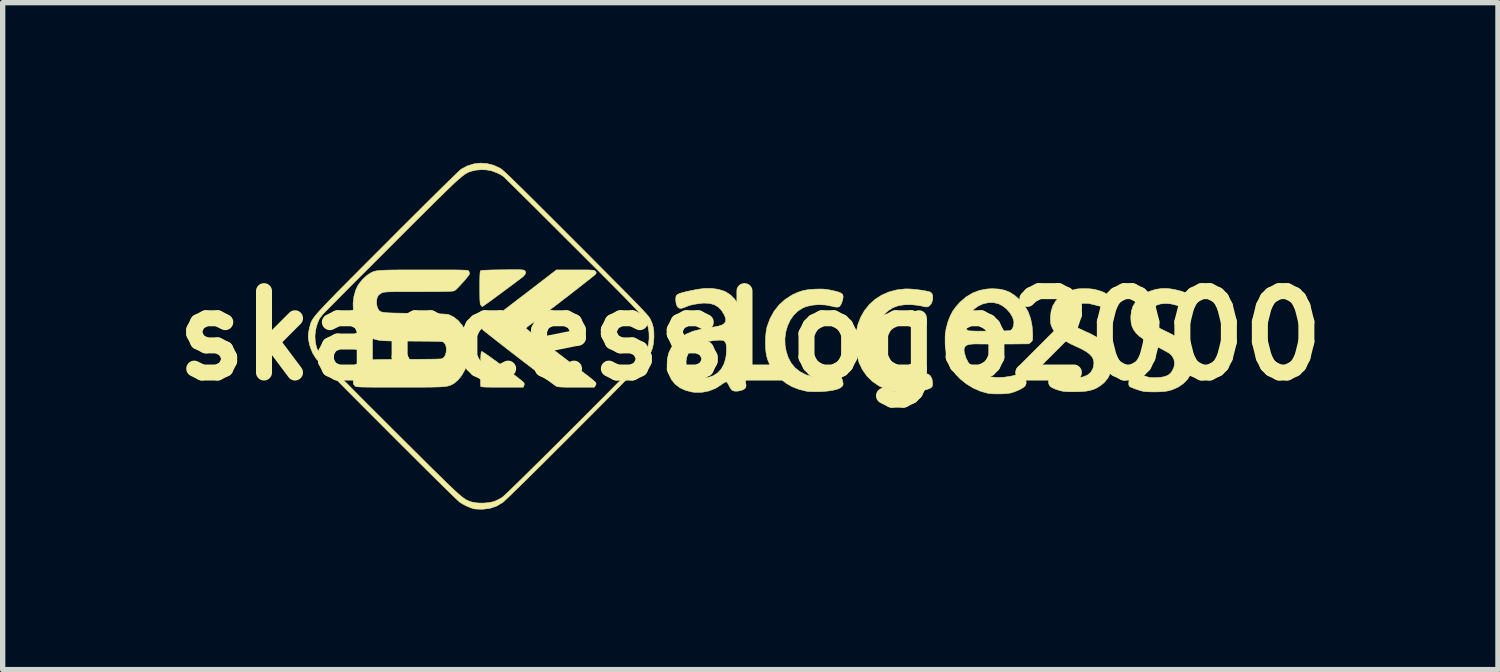
<source format=kicad_pcb>
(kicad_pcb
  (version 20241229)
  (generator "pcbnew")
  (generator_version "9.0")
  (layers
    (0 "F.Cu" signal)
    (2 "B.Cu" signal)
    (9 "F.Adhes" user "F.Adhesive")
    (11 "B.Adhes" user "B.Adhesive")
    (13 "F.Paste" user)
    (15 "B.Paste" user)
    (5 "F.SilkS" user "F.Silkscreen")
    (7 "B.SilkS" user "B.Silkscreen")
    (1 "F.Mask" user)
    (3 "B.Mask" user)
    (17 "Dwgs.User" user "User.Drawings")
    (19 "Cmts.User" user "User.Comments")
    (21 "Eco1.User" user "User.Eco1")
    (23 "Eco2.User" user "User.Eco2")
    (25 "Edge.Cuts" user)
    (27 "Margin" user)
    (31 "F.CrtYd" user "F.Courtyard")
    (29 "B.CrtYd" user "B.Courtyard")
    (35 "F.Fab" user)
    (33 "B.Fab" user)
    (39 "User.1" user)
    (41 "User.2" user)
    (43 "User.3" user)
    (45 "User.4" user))
  (footprint "skaccessLogo2000"
    (layer "F.Cu")
    (at 11.002 3.237)
    (property "Reference" "skaccessLogo2000" (at 0 0 0) (layer "F.SilkS") (effects (font (size 1.524 1.524) (thickness 0.3))))
    (attr through_hole)
    (fp_poly (pts (xy -5.015 0.302) (xy -4.984 0.322) (xy -4.938 0.353) (xy -4.88 0.394) (xy -4.813 0.442) (xy -4.739 0.496) (xy -4.662 0.553) (xy -4.584 0.611) (xy -4.507 0.669) (xy -4.435 0.724) (xy -4.37 0.774) (xy -4.315 0.817) (xy -4.273 0.851) (xy -4.246 0.874) (xy -4.238 0.883) (xy -4.234 0.915) (xy -4.24 0.935) (xy -4.254 0.965) (xy -4.648 0.965) (xy -4.764 0.965) (xy -4.857 0.964) (xy -4.929 0.963) (xy -4.982 0.961) (xy -5.018 0.958) (xy -5.039 0.955) (xy -5.048 0.95) (xy -5.049 0.949) (xy -5.05 0.932) (xy -5.052 0.894) (xy -5.052 0.837) (xy -5.053 0.766) (xy -5.052 0.684) (xy -5.052 0.616) (xy -5.05 0.517) (xy -5.049 0.44) (xy -5.047 0.383) (xy -5.044 0.343) (xy -5.041 0.317) (xy -5.037 0.302) (xy -5.031 0.296) (xy -5.029 0.295) (xy -5.015 0.302)) (stroke (width 0.01) (type solid)) (fill yes) (layer "F.SilkS"))
    (fp_poly (pts (xy -4.369 -1.236) (xy -4.317 -1.235) (xy -4.279 -1.233) (xy -4.253 -1.23) (xy -4.237 -1.226) (xy -4.226 -1.221) (xy -4.222 -1.217) (xy -4.206 -1.187) (xy -4.216 -1.152) (xy -4.25 -1.112) (xy -4.276 -1.091) (xy -4.38 -1.013) (xy -4.482 -0.936) (xy -4.581 -0.863) (xy -4.675 -0.793) (xy -4.762 -0.729) (xy -4.839 -0.672) (xy -4.905 -0.624) (xy -4.958 -0.587) (xy -4.995 -0.56) (xy -5.015 -0.547) (xy -5.017 -0.546) (xy -5.032 -0.555) (xy -5.048 -0.574) (xy -5.054 -0.587) (xy -5.059 -0.607) (xy -5.062 -0.637) (xy -5.065 -0.68) (xy -5.066 -0.74) (xy -5.067 -0.82) (xy -5.067 -0.903) (xy -5.067 -1.004) (xy -5.066 -1.083) (xy -5.064 -1.141) (xy -5.061 -1.181) (xy -5.057 -1.205) (xy -5.051 -1.217) (xy -5.051 -1.217) (xy -5.033 -1.221) (xy -4.99 -1.225) (xy -4.924 -1.228) (xy -4.835 -1.231) (xy -4.723 -1.233) (xy -4.639 -1.234) (xy -4.527 -1.235) (xy -4.438 -1.236) (xy -4.369 -1.236)) (stroke (width 0.01) (type solid)) (fill yes) (layer "F.SilkS"))
    (fp_poly (pts (xy 2.997 -0.874) (xy 3.063 -0.869) (xy 3.135 -0.861) (xy 3.207 -0.851) (xy 3.274 -0.84) (xy 3.329 -0.828) (xy 3.367 -0.818) (xy 3.376 -0.814) (xy 3.403 -0.787) (xy 3.416 -0.745) (xy 3.417 -0.695) (xy 3.406 -0.643) (xy 3.385 -0.596) (xy 3.355 -0.56) (xy 3.337 -0.549) (xy 3.313 -0.54) (xy 3.287 -0.539) (xy 3.249 -0.546) (xy 3.223 -0.553) (xy 3.174 -0.563) (xy 3.111 -0.572) (xy 3.043 -0.579) (xy 3.01 -0.581) (xy 2.881 -0.579) (xy 2.769 -0.561) (xy 2.671 -0.525) (xy 2.584 -0.47) (xy 2.527 -0.419) (xy 2.451 -0.325) (xy 2.391 -0.214) (xy 2.349 -0.092) (xy 2.327 0.036) (xy 2.324 0.103) (xy 2.335 0.233) (xy 2.367 0.354) (xy 2.419 0.465) (xy 2.487 0.562) (xy 2.57 0.645) (xy 2.667 0.709) (xy 2.776 0.753) (xy 2.819 0.763) (xy 2.893 0.772) (xy 2.981 0.772) (xy 3.074 0.764) (xy 3.163 0.749) (xy 3.211 0.737) (xy 3.264 0.722) (xy 3.3 0.716) (xy 3.325 0.718) (xy 3.334 0.722) (xy 3.374 0.754) (xy 3.401 0.807) (xy 3.412 0.866) (xy 3.414 0.911) (xy 3.408 0.945) (xy 3.389 0.97) (xy 3.354 0.991) (xy 3.301 1.009) (xy 3.238 1.025) (xy 3.138 1.044) (xy 3.03 1.056) (xy 2.921 1.062) (xy 2.818 1.062) (xy 2.728 1.054) (xy 2.688 1.047) (xy 2.537 1.001) (xy 2.402 0.936) (xy 2.283 0.853) (xy 2.182 0.753) (xy 2.1 0.636) (xy 2.037 0.505) (xy 1.994 0.36) (xy 1.971 0.201) (xy 1.968 0.114) (xy 1.98 -0.05) (xy 2.013 -0.203) (xy 2.067 -0.344) (xy 2.14 -0.472) (xy 2.231 -0.584) (xy 2.338 -0.681) (xy 2.46 -0.76) (xy 2.596 -0.819) (xy 2.744 -0.858) (xy 2.903 -0.876) (xy 2.943 -0.876) (xy 2.997 -0.874)) (stroke (width 0.01) (type solid)) (fill yes) (layer "F.SilkS"))
    (fp_poly (pts (xy 1.362 -0.873) (xy 1.421 -0.867) (xy 1.484 -0.857) (xy 1.511 -0.851) (xy 1.594 -0.833) (xy 1.654 -0.816) (xy 1.695 -0.799) (xy 1.721 -0.78) (xy 1.734 -0.757) (xy 1.738 -0.739) (xy 1.735 -0.697) (xy 1.721 -0.644) (xy 1.702 -0.594) (xy 1.679 -0.556) (xy 1.679 -0.556) (xy 1.656 -0.539) (xy 1.621 -0.535) (xy 1.571 -0.541) (xy 1.524 -0.553) (xy 1.405 -0.576) (xy 1.281 -0.582) (xy 1.161 -0.572) (xy 1.05 -0.547) (xy 0.983 -0.52) (xy 0.892 -0.463) (xy 0.813 -0.386) (xy 0.748 -0.293) (xy 0.698 -0.187) (xy 0.664 -0.071) (xy 0.648 0.051) (xy 0.651 0.177) (xy 0.672 0.295) (xy 0.712 0.415) (xy 0.767 0.516) (xy 0.837 0.601) (xy 0.927 0.672) (xy 0.932 0.675) (xy 1.042 0.732) (xy 1.16 0.765) (xy 1.286 0.774) (xy 1.422 0.76) (xy 1.471 0.749) (xy 1.525 0.737) (xy 1.575 0.728) (xy 1.612 0.724) (xy 1.618 0.724) (xy 1.663 0.735) (xy 1.698 0.769) (xy 1.723 0.827) (xy 1.729 0.848) (xy 1.737 0.889) (xy 1.737 0.915) (xy 1.728 0.936) (xy 1.719 0.95) (xy 1.685 0.977) (xy 1.629 1.001) (xy 1.553 1.021) (xy 1.459 1.036) (xy 1.352 1.045) (xy 1.295 1.048) (xy 1.226 1.049) (xy 1.159 1.048) (xy 1.103 1.046) (xy 1.065 1.042) (xy 1.062 1.042) (xy 0.915 1.006) (xy 0.785 0.956) (xy 0.669 0.889) (xy 0.562 0.803) (xy 0.533 0.775) (xy 0.447 0.678) (xy 0.382 0.579) (xy 0.333 0.47) (xy 0.309 0.394) (xy 0.295 0.323) (xy 0.287 0.235) (xy 0.284 0.138) (xy 0.286 0.038) (xy 0.294 -0.056) (xy 0.307 -0.137) (xy 0.314 -0.169) (xy 0.37 -0.32) (xy 0.445 -0.456) (xy 0.538 -0.575) (xy 0.649 -0.676) (xy 0.775 -0.758) (xy 0.806 -0.774) (xy 0.89 -0.812) (xy 0.967 -0.838) (xy 1.047 -0.856) (xy 1.137 -0.867) (xy 1.219 -0.872) (xy 1.298 -0.874) (xy 1.362 -0.873)) (stroke (width 0.01) (type solid)) (fill yes) (layer "F.SilkS"))
    (fp_poly (pts (xy -3.173 -1.232) (xy -3.092 -1.231) (xy -3.03 -1.231) (xy -2.984 -1.229) (xy -2.952 -1.227) (xy -2.93 -1.223) (xy -2.916 -1.218) (xy -2.907 -1.212) (xy -2.902 -1.207) (xy -2.887 -1.186) (xy -2.889 -1.168) (xy -2.899 -1.151) (xy -2.912 -1.14) (xy -2.943 -1.114) (xy -2.99 -1.076) (xy -3.051 -1.028) (xy -3.124 -0.971) (xy -3.207 -0.906) (xy -3.298 -0.835) (xy -3.394 -0.76) (xy -3.495 -0.683) (xy -3.597 -0.604) (xy -3.699 -0.526) (xy -3.798 -0.45) (xy -3.894 -0.378) (xy -3.982 -0.311) (xy -4.062 -0.251) (xy -4.132 -0.199) (xy -4.143 -0.191) (xy -4.175 -0.165) (xy -4.197 -0.146) (xy -4.204 -0.138) (xy -4.194 -0.129) (xy -4.165 -0.106) (xy -4.12 -0.07) (xy -4.059 -0.023) (xy -3.985 0.035) (xy -3.898 0.101) (xy -3.802 0.176) (xy -3.696 0.256) (xy -3.584 0.342) (xy -3.466 0.432) (xy -3.345 0.524) (xy -3.221 0.618) (xy -3.097 0.712) (xy -3.082 0.723) (xy -3.024 0.768) (xy -2.972 0.809) (xy -2.931 0.844) (xy -2.903 0.869) (xy -2.894 0.879) (xy -2.889 0.906) (xy -2.901 0.934) (xy -2.922 0.965) (xy -3.261 0.965) (xy -3.371 0.965) (xy -3.459 0.964) (xy -3.526 0.962) (xy -3.575 0.959) (xy -3.608 0.955) (xy -3.628 0.95) (xy -3.632 0.948) (xy -3.65 0.936) (xy -3.685 0.911) (xy -3.736 0.873) (xy -3.801 0.825) (xy -3.877 0.767) (xy -3.962 0.702) (xy -4.055 0.631) (xy -4.154 0.556) (xy -4.256 0.478) (xy -4.359 0.399) (xy -4.461 0.32) (xy -4.561 0.243) (xy -4.655 0.169) (xy -4.743 0.101) (xy -4.822 0.039) (xy -4.89 -0.015) (xy -4.946 -0.059) (xy -4.986 -0.091) (xy -5.009 -0.111) (xy -5.014 -0.115) (xy -5.02 -0.126) (xy -5.023 -0.136) (xy -5.019 -0.149) (xy -5.008 -0.164) (xy -4.987 -0.185) (xy -4.955 -0.214) (xy -4.909 -0.251) (xy -4.847 -0.299) (xy -4.768 -0.36) (xy -4.724 -0.393) (xy -4.653 -0.448) (xy -4.566 -0.514) (xy -4.467 -0.59) (xy -4.361 -0.672) (xy -4.252 -0.755) (xy -4.143 -0.838) (xy -4.047 -0.912) (xy -3.63 -1.232) (xy -3.277 -1.232) (xy -3.173 -1.232)) (stroke (width 0.01) (type solid)) (fill yes) (layer "F.SilkS"))
    (fp_poly (pts (xy 6.338 -0.879) (xy 6.4 -0.874) (xy 6.456 -0.864) (xy 6.517 -0.848) (xy 6.52 -0.847) (xy 6.591 -0.824) (xy 6.64 -0.801) (xy 6.671 -0.775) (xy 6.688 -0.744) (xy 6.693 -0.703) (xy 6.693 -0.698) (xy 6.685 -0.639) (xy 6.662 -0.591) (xy 6.628 -0.559) (xy 6.595 -0.549) (xy 6.565 -0.551) (xy 6.519 -0.559) (xy 6.466 -0.573) (xy 6.446 -0.579) (xy 6.336 -0.604) (xy 6.236 -0.607) (xy 6.144 -0.588) (xy 6.091 -0.567) (xy 6.038 -0.535) (xy 6.002 -0.5) (xy 5.979 -0.451) (xy 5.968 -0.414) (xy 5.96 -0.37) (xy 5.963 -0.334) (xy 5.975 -0.298) (xy 5.997 -0.255) (xy 6.03 -0.216) (xy 6.078 -0.178) (xy 6.143 -0.141) (xy 6.229 -0.1) (xy 6.251 -0.09) (xy 6.388 -0.027) (xy 6.501 0.036) (xy 6.593 0.101) (xy 6.665 0.168) (xy 6.719 0.239) (xy 6.741 0.279) (xy 6.76 0.323) (xy 6.771 0.367) (xy 6.778 0.422) (xy 6.78 0.46) (xy 6.774 0.583) (xy 6.746 0.694) (xy 6.697 0.793) (xy 6.628 0.878) (xy 6.555 0.936) (xy 6.493 0.975) (xy 6.431 1.004) (xy 6.365 1.024) (xy 6.29 1.038) (xy 6.2 1.046) (xy 6.109 1.049) (xy 6.036 1.049) (xy 5.967 1.049) (xy 5.908 1.046) (xy 5.867 1.043) (xy 5.856 1.041) (xy 5.783 1.023) (xy 5.715 1.001) (xy 5.66 0.977) (xy 5.621 0.953) (xy 5.614 0.946) (xy 5.59 0.904) (xy 5.585 0.852) (xy 5.598 0.795) (xy 5.629 0.742) (xy 5.636 0.733) (xy 5.668 0.716) (xy 5.717 0.712) (xy 5.78 0.724) (xy 5.841 0.745) (xy 5.926 0.77) (xy 6.023 0.784) (xy 6.121 0.786) (xy 6.211 0.776) (xy 6.243 0.769) (xy 6.32 0.735) (xy 6.377 0.685) (xy 6.415 0.619) (xy 6.427 0.578) (xy 6.436 0.512) (xy 6.428 0.452) (xy 6.402 0.398) (xy 6.357 0.347) (xy 6.291 0.298) (xy 6.203 0.248) (xy 6.121 0.21) (xy 5.997 0.152) (xy 5.896 0.096) (xy 5.813 0.041) (xy 5.748 -0.015) (xy 5.697 -0.075) (xy 5.658 -0.141) (xy 5.653 -0.152) (xy 5.636 -0.191) (xy 5.626 -0.228) (xy 5.622 -0.271) (xy 5.621 -0.329) (xy 5.621 -0.337) (xy 5.633 -0.455) (xy 5.666 -0.56) (xy 5.721 -0.652) (xy 5.797 -0.73) (xy 5.895 -0.795) (xy 6.015 -0.847) (xy 6.015 -0.847) (xy 6.064 -0.862) (xy 6.107 -0.873) (xy 6.151 -0.878) (xy 6.207 -0.88) (xy 6.261 -0.881) (xy 6.338 -0.879)) (stroke (width 0.01) (type solid)) (fill yes) (layer "F.SilkS"))
    (fp_poly (pts (xy 7.804 -0.884) (xy 7.876 -0.876) (xy 7.953 -0.862) (xy 8.027 -0.845) (xy 8.092 -0.826) (xy 8.139 -0.808) (xy 8.139 -0.807) (xy 8.177 -0.775) (xy 8.196 -0.727) (xy 8.196 -0.668) (xy 8.191 -0.645) (xy 8.173 -0.596) (xy 8.15 -0.564) (xy 8.116 -0.549) (xy 8.069 -0.549) (xy 8.005 -0.563) (xy 7.967 -0.574) (xy 7.866 -0.598) (xy 7.766 -0.604) (xy 7.674 -0.593) (xy 7.606 -0.57) (xy 7.543 -0.534) (xy 7.503 -0.491) (xy 7.481 -0.438) (xy 7.474 -0.369) (xy 7.474 -0.368) (xy 7.475 -0.325) (xy 7.481 -0.289) (xy 7.493 -0.259) (xy 7.516 -0.231) (xy 7.55 -0.203) (xy 7.6 -0.173) (xy 7.667 -0.138) (xy 7.755 -0.095) (xy 7.758 -0.093) (xy 7.876 -0.035) (xy 7.972 0.018) (xy 8.051 0.067) (xy 8.114 0.114) (xy 8.166 0.162) (xy 8.208 0.213) (xy 8.244 0.269) (xy 8.257 0.292) (xy 8.27 0.32) (xy 8.279 0.348) (xy 8.284 0.383) (xy 8.286 0.429) (xy 8.287 0.495) (xy 8.287 0.496) (xy 8.286 0.56) (xy 8.284 0.606) (xy 8.279 0.641) (xy 8.27 0.672) (xy 8.255 0.705) (xy 8.246 0.725) (xy 8.185 0.82) (xy 8.105 0.9) (xy 8.007 0.966) (xy 7.894 1.014) (xy 7.816 1.035) (xy 7.761 1.043) (xy 7.69 1.049) (xy 7.609 1.052) (xy 7.527 1.052) (xy 7.449 1.05) (xy 7.385 1.045) (xy 7.357 1.041) (xy 7.316 1.031) (xy 7.265 1.015) (xy 7.212 0.997) (xy 7.162 0.978) (xy 7.123 0.962) (xy 7.103 0.95) (xy 7.089 0.924) (xy 7.087 0.883) (xy 7.096 0.835) (xy 7.113 0.787) (xy 7.136 0.745) (xy 7.155 0.725) (xy 7.186 0.714) (xy 7.235 0.715) (xy 7.299 0.727) (xy 7.375 0.75) (xy 7.391 0.756) (xy 7.439 0.772) (xy 7.478 0.782) (xy 7.518 0.786) (xy 7.568 0.786) (xy 7.615 0.785) (xy 7.706 0.777) (xy 7.777 0.761) (xy 7.832 0.735) (xy 7.875 0.697) (xy 7.9 0.663) (xy 7.935 0.589) (xy 7.946 0.515) (xy 7.934 0.444) (xy 7.9 0.381) (xy 7.863 0.342) (xy 7.837 0.324) (xy 7.792 0.297) (xy 7.733 0.265) (xy 7.667 0.23) (xy 7.614 0.204) (xy 7.484 0.138) (xy 7.378 0.075) (xy 7.293 0.015) (xy 7.228 -0.046) (xy 7.18 -0.11) (xy 7.148 -0.178) (xy 7.131 -0.252) (xy 7.126 -0.335) (xy 7.127 -0.367) (xy 7.139 -0.467) (xy 7.167 -0.553) (xy 7.215 -0.63) (xy 7.273 -0.697) (xy 7.367 -0.773) (xy 7.475 -0.83) (xy 7.594 -0.868) (xy 7.719 -0.885) (xy 7.804 -0.884)) (stroke (width 0.01) (type solid)) (fill yes) (layer "F.SilkS"))
    (fp_poly (pts (xy 4.658 -0.873) (xy 4.765 -0.851) (xy 4.862 -0.812) (xy 4.952 -0.753) (xy 5.043 -0.673) (xy 5.133 -0.568) (xy 5.202 -0.451) (xy 5.25 -0.32) (xy 5.278 -0.174) (xy 5.287 -0.047) (xy 5.288 0.014) (xy 5.287 0.055) (xy 5.284 0.081) (xy 5.277 0.098) (xy 5.265 0.112) (xy 5.254 0.122) (xy 5.218 0.152) (xy 4.828 0.156) (xy 4.722 0.156) (xy 4.615 0.157) (xy 4.513 0.157) (xy 4.421 0.156) (xy 4.343 0.156) (xy 4.285 0.155) (xy 4.279 0.154) (xy 4.183 0.155) (xy 4.109 0.161) (xy 4.057 0.176) (xy 4.023 0.2) (xy 4.006 0.234) (xy 4.003 0.28) (xy 4.01 0.324) (xy 4.04 0.421) (xy 4.089 0.514) (xy 4.151 0.598) (xy 4.223 0.666) (xy 4.277 0.702) (xy 4.378 0.744) (xy 4.495 0.771) (xy 4.623 0.783) (xy 4.756 0.778) (xy 4.89 0.757) (xy 4.975 0.735) (xy 5.035 0.72) (xy 5.077 0.72) (xy 5.109 0.736) (xy 5.134 0.77) (xy 5.144 0.791) (xy 5.164 0.851) (xy 5.165 0.899) (xy 5.147 0.939) (xy 5.145 0.942) (xy 5.115 0.968) (xy 5.067 0.997) (xy 5.007 1.026) (xy 4.943 1.052) (xy 4.88 1.072) (xy 4.874 1.073) (xy 4.821 1.081) (xy 4.752 1.087) (xy 4.674 1.09) (xy 4.594 1.09) (xy 4.521 1.087) (xy 4.463 1.081) (xy 4.451 1.079) (xy 4.311 1.04) (xy 4.174 0.98) (xy 4.046 0.902) (xy 3.932 0.81) (xy 3.855 0.728) (xy 3.775 0.614) (xy 3.715 0.489) (xy 3.675 0.35) (xy 3.652 0.196) (xy 3.649 0.152) (xy 3.649 0.01) (xy 3.665 -0.122) (xy 3.695 -0.236) (xy 4.019 -0.236) (xy 4.019 -0.178) (xy 4.037 -0.131) (xy 4.07 -0.1) (xy 4.09 -0.092) (xy 4.112 -0.09) (xy 4.156 -0.088) (xy 4.218 -0.086) (xy 4.295 -0.085) (xy 4.383 -0.085) (xy 4.478 -0.085) (xy 4.498 -0.086) (xy 4.606 -0.087) (xy 4.692 -0.088) (xy 4.758 -0.089) (xy 4.807 -0.092) (xy 4.842 -0.094) (xy 4.866 -0.098) (xy 4.881 -0.103) (xy 4.891 -0.109) (xy 4.892 -0.11) (xy 4.915 -0.144) (xy 4.931 -0.193) (xy 4.937 -0.246) (xy 4.934 -0.278) (xy 4.909 -0.353) (xy 4.864 -0.427) (xy 4.804 -0.496) (xy 4.734 -0.553) (xy 4.659 -0.594) (xy 4.651 -0.597) (xy 4.556 -0.62) (xy 4.457 -0.619) (xy 4.358 -0.597) (xy 4.265 -0.554) (xy 4.186 -0.495) (xy 4.132 -0.439) (xy 4.085 -0.376) (xy 4.047 -0.313) (xy 4.024 -0.257) (xy 4.019 -0.236) (xy 3.695 -0.236) (xy 3.7 -0.254) (xy 3.707 -0.276) (xy 3.747 -0.376) (xy 3.793 -0.462) (xy 3.851 -0.542) (xy 3.926 -0.626) (xy 3.931 -0.63) (xy 4.042 -0.726) (xy 4.164 -0.799) (xy 4.295 -0.849) (xy 4.437 -0.875) (xy 4.534 -0.88) (xy 4.658 -0.873)) (stroke (width 0.01) (type solid)) (fill yes) (layer "F.SilkS"))
    (fp_poly (pts (xy -0.719 -0.885) (xy -0.599 -0.868) (xy -0.492 -0.835) (xy -0.457 -0.819) (xy -0.369 -0.761) (xy -0.291 -0.682) (xy -0.225 -0.584) (xy -0.173 -0.472) (xy -0.146 -0.387) (xy -0.133 -0.323) (xy -0.123 -0.236) (xy -0.114 -0.125) (xy -0.108 0.01) (xy -0.104 0.169) (xy -0.102 0.354) (xy -0.102 0.436) (xy -0.101 0.563) (xy -0.1 0.672) (xy -0.097 0.76) (xy -0.094 0.828) (xy -0.09 0.872) (xy -0.087 0.884) (xy -0.079 0.938) (xy -0.09 0.976) (xy -0.12 1.004) (xy -0.16 1.021) (xy -0.231 1.038) (xy -0.292 1.039) (xy -0.338 1.023) (xy -0.341 1.021) (xy -0.362 0.998) (xy -0.385 0.961) (xy -0.4 0.932) (xy -0.424 0.888) (xy -0.445 0.866) (xy -0.452 0.864) (xy -0.473 0.871) (xy -0.506 0.89) (xy -0.539 0.914) (xy -0.652 0.986) (xy -0.775 1.035) (xy -0.904 1.06) (xy -1.036 1.061) (xy -1.095 1.054) (xy -1.217 1.022) (xy -1.322 0.973) (xy -1.408 0.906) (xy -1.476 0.823) (xy -1.524 0.723) (xy -1.553 0.608) (xy -1.559 0.551) (xy -1.556 0.483) (xy -1.204 0.483) (xy -1.198 0.569) (xy -1.17 0.643) (xy -1.124 0.704) (xy -1.06 0.75) (xy -0.982 0.779) (xy -0.89 0.79) (xy -0.816 0.786) (xy -0.763 0.774) (xy -0.708 0.756) (xy -0.691 0.749) (xy -0.61 0.696) (xy -0.543 0.623) (xy -0.494 0.533) (xy -0.463 0.436) (xy -0.452 0.364) (xy -0.446 0.289) (xy -0.446 0.22) (xy -0.452 0.164) (xy -0.458 0.143) (xy -0.472 0.115) (xy -0.493 0.096) (xy -0.525 0.086) (xy -0.574 0.083) (xy -0.641 0.087) (xy -0.663 0.089) (xy -0.804 0.109) (xy -0.925 0.143) (xy -1.024 0.189) (xy -1.101 0.249) (xy -1.158 0.321) (xy -1.192 0.406) (xy -1.204 0.483) (xy -1.556 0.483) (xy -1.554 0.433) (xy -1.526 0.321) (xy -1.476 0.217) (xy -1.405 0.123) (xy -1.314 0.041) (xy -1.205 -0.028) (xy -1.079 -0.081) (xy -1.078 -0.081) (xy -1.03 -0.095) (xy -0.964 -0.111) (xy -0.888 -0.127) (xy -0.81 -0.142) (xy -0.781 -0.147) (xy -0.694 -0.161) (xy -0.628 -0.173) (xy -0.58 -0.184) (xy -0.545 -0.195) (xy -0.519 -0.207) (xy -0.498 -0.221) (xy -0.486 -0.232) (xy -0.464 -0.263) (xy -0.459 -0.302) (xy -0.472 -0.352) (xy -0.487 -0.388) (xy -0.538 -0.474) (xy -0.601 -0.538) (xy -0.677 -0.582) (xy -0.768 -0.606) (xy -0.874 -0.611) (xy -0.965 -0.601) (xy -1.037 -0.59) (xy -1.092 -0.579) (xy -1.136 -0.568) (xy -1.178 -0.553) (xy -1.224 -0.534) (xy -1.227 -0.533) (xy -1.284 -0.514) (xy -1.326 -0.514) (xy -1.357 -0.534) (xy -1.376 -0.564) (xy -1.39 -0.607) (xy -1.396 -0.66) (xy -1.396 -0.71) (xy -1.389 -0.742) (xy -1.378 -0.759) (xy -1.358 -0.775) (xy -1.325 -0.79) (xy -1.278 -0.805) (xy -1.214 -0.822) (xy -1.13 -0.84) (xy -1.025 -0.861) (xy -0.978 -0.87) (xy -0.847 -0.886) (xy -0.719 -0.885)) (stroke (width 0.01) (type solid)) (fill yes) (layer "F.SilkS"))
    (fp_poly (pts (xy -5.805 -1.232) (xy -5.685 -1.232) (xy -5.585 -1.231) (xy -5.503 -1.231) (xy -5.437 -1.23) (xy -5.385 -1.228) (xy -5.346 -1.227) (xy -5.318 -1.225) (xy -5.298 -1.222) (xy -5.285 -1.219) (xy -5.277 -1.215) (xy -5.273 -1.21) (xy -5.27 -1.206) (xy -5.26 -1.175) (xy -5.26 -1.156) (xy -5.27 -1.137) (xy -5.295 -1.104) (xy -5.329 -1.062) (xy -5.371 -1.014) (xy -5.415 -0.965) (xy -5.458 -0.919) (xy -5.496 -0.88) (xy -5.526 -0.853) (xy -5.54 -0.843) (xy -5.552 -0.839) (xy -5.572 -0.836) (xy -5.601 -0.833) (xy -5.643 -0.831) (xy -5.698 -0.829) (xy -5.77 -0.827) (xy -5.859 -0.826) (xy -5.969 -0.826) (xy -6.1 -0.825) (xy -6.213 -0.825) (xy -6.357 -0.825) (xy -6.479 -0.825) (xy -6.579 -0.824) (xy -6.661 -0.824) (xy -6.726 -0.823) (xy -6.777 -0.821) (xy -6.816 -0.819) (xy -6.846 -0.816) (xy -6.868 -0.813) (xy -6.885 -0.809) (xy -6.898 -0.804) (xy -6.905 -0.801) (xy -6.954 -0.768) (xy -6.98 -0.734) (xy -6.997 -0.681) (xy -7.001 -0.616) (xy -6.992 -0.552) (xy -6.979 -0.516) (xy -6.969 -0.496) (xy -6.959 -0.479) (xy -6.947 -0.465) (xy -6.931 -0.454) (xy -6.908 -0.445) (xy -6.876 -0.438) (xy -6.833 -0.432) (xy -6.776 -0.428) (xy -6.705 -0.425) (xy -6.616 -0.423) (xy -6.507 -0.421) (xy -6.376 -0.419) (xy -6.287 -0.418) (xy -6.121 -0.416) (xy -5.98 -0.413) (xy -5.864 -0.41) (xy -5.772 -0.407) (xy -5.707 -0.403) (xy -5.666 -0.399) (xy -5.654 -0.397) (xy -5.556 -0.35) (xy -5.471 -0.283) (xy -5.397 -0.196) (xy -5.338 -0.093) (xy -5.295 0.026) (xy -5.268 0.156) (xy -5.261 0.224) (xy -5.261 0.344) (xy -5.277 0.453) (xy -5.31 0.56) (xy -5.34 0.629) (xy -5.401 0.738) (xy -5.469 0.824) (xy -5.541 0.887) (xy -5.557 0.897) (xy -5.58 0.91) (xy -5.602 0.921) (xy -5.625 0.931) (xy -5.65 0.939) (xy -5.681 0.946) (xy -5.718 0.951) (xy -5.764 0.956) (xy -5.821 0.959) (xy -5.891 0.961) (xy -5.975 0.963) (xy -6.076 0.964) (xy -6.196 0.965) (xy -6.337 0.965) (xy -6.501 0.965) (xy -6.561 0.965) (xy -6.726 0.965) (xy -6.867 0.965) (xy -6.986 0.965) (xy -7.086 0.964) (xy -7.168 0.963) (xy -7.233 0.962) (xy -7.285 0.961) (xy -7.324 0.959) (xy -7.353 0.957) (xy -7.374 0.954) (xy -7.388 0.951) (xy -7.397 0.947) (xy -7.403 0.943) (xy -7.432 0.905) (xy -7.437 0.861) (xy -7.418 0.813) (xy -7.408 0.799) (xy -7.336 0.707) (xy -7.271 0.628) (xy -7.216 0.562) (xy -7.172 0.512) (xy -7.14 0.479) (xy -7.126 0.467) (xy -7.117 0.462) (xy -7.104 0.458) (xy -7.086 0.454) (xy -7.06 0.451) (xy -7.025 0.449) (xy -6.977 0.447) (xy -6.915 0.446) (xy -6.837 0.445) (xy -6.74 0.444) (xy -6.622 0.444) (xy -6.482 0.443) (xy -6.452 0.443) (xy -6.325 0.443) (xy -6.206 0.442) (xy -6.097 0.441) (xy -5.999 0.44) (xy -5.916 0.439) (xy -5.851 0.437) (xy -5.805 0.435) (xy -5.782 0.434) (xy -5.78 0.433) (xy -5.742 0.411) (xy -5.715 0.372) (xy -5.698 0.321) (xy -5.691 0.265) (xy -5.696 0.21) (xy -5.711 0.162) (xy -5.739 0.126) (xy -5.76 0.114) (xy -5.781 0.111) (xy -5.825 0.108) (xy -5.891 0.106) (xy -5.977 0.104) (xy -6.082 0.103) (xy -6.202 0.102) (xy -6.337 0.101) (xy -6.341 0.101) (xy -6.486 0.101) (xy -6.608 0.101) (xy -6.71 0.099) (xy -6.794 0.097) (xy -6.862 0.094) (xy -6.919 0.089) (xy -6.965 0.083) (xy -7.004 0.075) (xy -7.038 0.065) (xy -7.069 0.052) (xy -7.101 0.037) (xy -7.112 0.032) (xy -7.188 -0.018) (xy -7.261 -0.085) (xy -7.325 -0.163) (xy -7.372 -0.243) (xy -7.414 -0.358) (xy -7.436 -0.483) (xy -7.439 -0.611) (xy -7.423 -0.738) (xy -7.389 -0.856) (xy -7.351 -0.937) (xy -7.306 -1.001) (xy -7.248 -1.067) (xy -7.184 -1.125) (xy -7.128 -1.164) (xy -7.106 -1.177) (xy -7.084 -1.188) (xy -7.062 -1.198) (xy -7.037 -1.206) (xy -7.007 -1.213) (xy -6.97 -1.218) (xy -6.924 -1.222) (xy -6.867 -1.225) (xy -6.798 -1.228) (xy -6.714 -1.23) (xy -6.613 -1.231) (xy -6.493 -1.231) (xy -6.353 -1.232) (xy -6.191 -1.232) (xy -6.112 -1.232) (xy -5.947 -1.232) (xy -5.805 -1.232)) (stroke (width 0.01) (type solid)) (fill yes) (layer "F.SilkS"))
    (fp_poly (pts (xy -4.929 -3.223) (xy -4.804 -3.191) (xy -4.684 -3.135) (xy -4.676 -3.131) (xy -4.661 -3.119) (xy -4.636 -3.098) (xy -4.6 -3.066) (xy -4.554 -3.023) (xy -4.497 -2.969) (xy -4.427 -2.901) (xy -4.345 -2.821) (xy -4.25 -2.728) (xy -4.141 -2.62) (xy -4.017 -2.497) (xy -3.879 -2.359) (xy -3.725 -2.206) (xy -3.554 -2.035) (xy -3.367 -1.848) (xy -3.257 -1.738) (xy -3.074 -1.555) (xy -2.909 -1.389) (xy -2.76 -1.239) (xy -2.626 -1.104) (xy -2.507 -0.984) (xy -2.401 -0.878) (xy -2.308 -0.784) (xy -2.227 -0.701) (xy -2.157 -0.63) (xy -2.097 -0.568) (xy -2.047 -0.515) (xy -2.005 -0.471) (xy -1.97 -0.433) (xy -1.942 -0.402) (xy -1.92 -0.376) (xy -1.903 -0.355) (xy -1.89 -0.338) (xy -1.881 -0.323) (xy -1.873 -0.31) (xy -1.87 -0.303) (xy -1.838 -0.229) (xy -1.818 -0.158) (xy -1.807 -0.082) (xy -1.805 0.006) (xy -1.806 0.049) (xy -1.815 0.148) (xy -1.832 0.231) (xy -1.861 0.306) (xy -1.904 0.383) (xy -1.907 0.389) (xy -1.922 0.407) (xy -1.954 0.441) (xy -2.001 0.491) (xy -2.062 0.555) (xy -2.137 0.632) (xy -2.224 0.721) (xy -2.321 0.82) (xy -2.427 0.929) (xy -2.542 1.045) (xy -2.664 1.168) (xy -2.791 1.296) (xy -2.923 1.429) (xy -3.058 1.564) (xy -3.195 1.701) (xy -3.332 1.839) (xy -3.469 1.976) (xy -3.605 2.111) (xy -3.737 2.243) (xy -3.865 2.371) (xy -3.988 2.492) (xy -4.104 2.607) (xy -4.212 2.714) (xy -4.311 2.811) (xy -4.4 2.897) (xy -4.476 2.972) (xy -4.54 3.033) (xy -4.59 3.08) (xy -4.624 3.112) (xy -4.641 3.125) (xy -4.753 3.191) (xy -4.872 3.232) (xy -4.999 3.249) (xy -5.039 3.25) (xy -5.093 3.248) (xy -5.139 3.246) (xy -5.17 3.243) (xy -5.175 3.242) (xy -5.237 3.222) (xy -5.309 3.192) (xy -5.38 3.156) (xy -5.44 3.119) (xy -5.442 3.117) (xy -5.459 3.102) (xy -5.494 3.07) (xy -5.543 3.023) (xy -5.607 2.961) (xy -5.683 2.887) (xy -5.771 2.8) (xy -5.87 2.703) (xy -5.977 2.597) (xy -6.093 2.482) (xy -6.215 2.361) (xy -6.342 2.234) (xy -6.474 2.103) (xy -6.609 1.969) (xy -6.745 1.833) (xy -6.881 1.696) (xy -7.017 1.56) (xy -7.151 1.426) (xy -7.281 1.296) (xy -7.407 1.169) (xy -7.526 1.049) (xy -7.639 0.935) (xy -7.743 0.83) (xy -7.838 0.733) (xy -7.922 0.648) (xy -7.993 0.575) (xy -8.052 0.514) (xy -8.095 0.468) (xy -8.123 0.438) (xy -8.133 0.427) (xy -8.196 0.326) (xy -8.242 0.21) (xy -8.26 0.144) (xy -8.274 0.069) (xy -8.278 0.019) (xy -8.153 0.019) (xy -8.146 0.127) (xy -8.122 0.226) (xy -8.08 0.32) (xy -8.016 0.416) (xy -7.989 0.451) (xy -7.971 0.47) (xy -7.937 0.507) (xy -7.886 0.559) (xy -7.821 0.625) (xy -7.743 0.705) (xy -7.652 0.798) (xy -7.549 0.901) (xy -7.436 1.015) (xy -7.315 1.137) (xy -7.185 1.268) (xy -7.048 1.405) (xy -6.905 1.547) (xy -6.758 1.694) (xy -6.673 1.779) (xy -6.496 1.955) (xy -6.335 2.115) (xy -6.191 2.258) (xy -6.062 2.387) (xy -5.947 2.501) (xy -5.845 2.601) (xy -5.755 2.689) (xy -5.677 2.766) (xy -5.608 2.831) (xy -5.549 2.887) (xy -5.498 2.934) (xy -5.454 2.973) (xy -5.417 3.005) (xy -5.384 3.031) (xy -5.356 3.051) (xy -5.332 3.067) (xy -5.309 3.08) (xy -5.288 3.089) (xy -5.267 3.098) (xy -5.246 3.105) (xy -5.223 3.113) (xy -5.22 3.113) (xy -5.154 3.128) (xy -5.073 3.135) (xy -4.985 3.134) (xy -4.898 3.127) (xy -4.822 3.112) (xy -4.785 3.1) (xy -4.732 3.076) (xy -4.674 3.045) (xy -4.642 3.025) (xy -4.624 3.009) (xy -4.589 2.977) (xy -4.538 2.93) (xy -4.474 2.868) (xy -4.397 2.793) (xy -4.308 2.706) (xy -4.209 2.609) (xy -4.102 2.503) (xy -3.986 2.389) (xy -3.864 2.268) (xy -3.737 2.142) (xy -3.606 2.012) (xy -3.473 1.879) (xy -3.338 1.744) (xy -3.203 1.609) (xy -3.07 1.476) (xy -2.939 1.344) (xy -2.811 1.216) (xy -2.689 1.093) (xy -2.573 0.976) (xy -2.464 0.866) (xy -2.365 0.765) (xy -2.275 0.673) (xy -2.197 0.593) (xy -2.132 0.525) (xy -2.08 0.471) (xy -2.044 0.432) (xy -2.024 0.41) (xy -2.022 0.406) (xy -1.997 0.37) (xy -1.977 0.342) (xy -1.967 0.33) (xy -1.959 0.316) (xy -1.945 0.285) (xy -1.931 0.248) (xy -1.906 0.156) (xy -1.895 0.052) (xy -1.897 -0.055) (xy -1.91 -0.143) (xy -1.916 -0.167) (xy -1.921 -0.189) (xy -1.927 -0.211) (xy -1.936 -0.233) (xy -1.947 -0.256) (xy -1.961 -0.281) (xy -1.98 -0.309) (xy -2.004 -0.341) (xy -2.034 -0.379) (xy -2.072 -0.422) (xy -2.117 -0.472) (xy -2.171 -0.53) (xy -2.234 -0.597) (xy -2.308 -0.673) (xy -2.393 -0.76) (xy -2.491 -0.859) (xy -2.602 -0.971) (xy -2.726 -1.095) (xy -2.865 -1.235) (xy -3.02 -1.389) (xy -3.192 -1.561) (xy -3.318 -1.687) (xy -3.469 -1.837) (xy -3.614 -1.982) (xy -3.754 -2.122) (xy -3.888 -2.255) (xy -4.013 -2.38) (xy -4.13 -2.496) (xy -4.237 -2.602) (xy -4.333 -2.697) (xy -4.418 -2.781) (xy -4.489 -2.851) (xy -4.546 -2.907) (xy -4.588 -2.949) (xy -4.614 -2.974) (xy -4.623 -2.982) (xy -4.68 -3.019) (xy -4.753 -3.054) (xy -4.832 -3.083) (xy -4.865 -3.093) (xy -4.947 -3.106) (xy -5.041 -3.109) (xy -5.136 -3.101) (xy -5.22 -3.082) (xy -5.231 -3.079) (xy -5.253 -3.071) (xy -5.273 -3.064) (xy -5.294 -3.054) (xy -5.315 -3.043) (xy -5.339 -3.029) (xy -5.365 -3.01) (xy -5.395 -2.987) (xy -5.43 -2.958) (xy -5.471 -2.923) (xy -5.519 -2.88) (xy -5.574 -2.829) (xy -5.637 -2.768) (xy -5.711 -2.697) (xy -5.794 -2.615) (xy -5.89 -2.522) (xy -5.997 -2.415) (xy -6.118 -2.295) (xy -6.254 -2.16) (xy -6.404 -2.01) (xy -6.571 -1.843) (xy -6.718 -1.696) (xy -6.868 -1.546) (xy -7.013 -1.401) (xy -7.153 -1.261) (xy -7.286 -1.128) (xy -7.411 -1.003) (xy -7.527 -0.887) (xy -7.633 -0.78) (xy -7.728 -0.684) (xy -7.811 -0.6) (xy -7.881 -0.529) (xy -7.937 -0.472) (xy -7.978 -0.431) (xy -8.003 -0.405) (xy -8.01 -0.396) (xy -8.031 -0.369) (xy -8.046 -0.351) (xy -8.075 -0.308) (xy -8.102 -0.245) (xy -8.126 -0.171) (xy -8.143 -0.092) (xy -8.152 -0.015) (xy -8.153 0.019) (xy -8.278 0.019) (xy -8.279 0.006) (xy -8.274 -0.056) (xy -8.26 -0.128) (xy -8.255 -0.145) (xy -8.249 -0.171) (xy -8.243 -0.195) (xy -8.237 -0.217) (xy -8.23 -0.239) (xy -8.221 -0.261) (xy -8.209 -0.284) (xy -8.193 -0.31) (xy -8.173 -0.339) (xy -8.148 -0.372) (xy -8.116 -0.41) (xy -8.078 -0.454) (xy -8.031 -0.505) (xy -7.976 -0.564) (xy -7.911 -0.632) (xy -7.835 -0.71) (xy -7.749 -0.799) (xy -7.65 -0.899) (xy -7.538 -1.012) (xy -7.412 -1.138) (xy -7.271 -1.28) (xy -7.115 -1.436) (xy -6.942 -1.609) (xy -6.814 -1.737) (xy -6.66 -1.892) (xy -6.51 -2.042) (xy -6.365 -2.186) (xy -6.226 -2.324) (xy -6.095 -2.455) (xy -5.972 -2.577) (xy -5.859 -2.689) (xy -5.756 -2.79) (xy -5.664 -2.88) (xy -5.585 -2.957) (xy -5.52 -3.02) (xy -5.469 -3.069) (xy -5.434 -3.102) (xy -5.416 -3.117) (xy -5.415 -3.118) (xy -5.302 -3.179) (xy -5.181 -3.217) (xy -5.055 -3.232) (xy -4.929 -3.223)) (stroke (width 0.01) (type solid)) (fill yes) (layer "F.SilkS")))
  (gr_rect
    (start -3 -3)
    (end 25.004 9.491)
    (stroke (width 0.1) (type default))
    (fill no)
    (layer "Edge.Cuts")))
</source>
